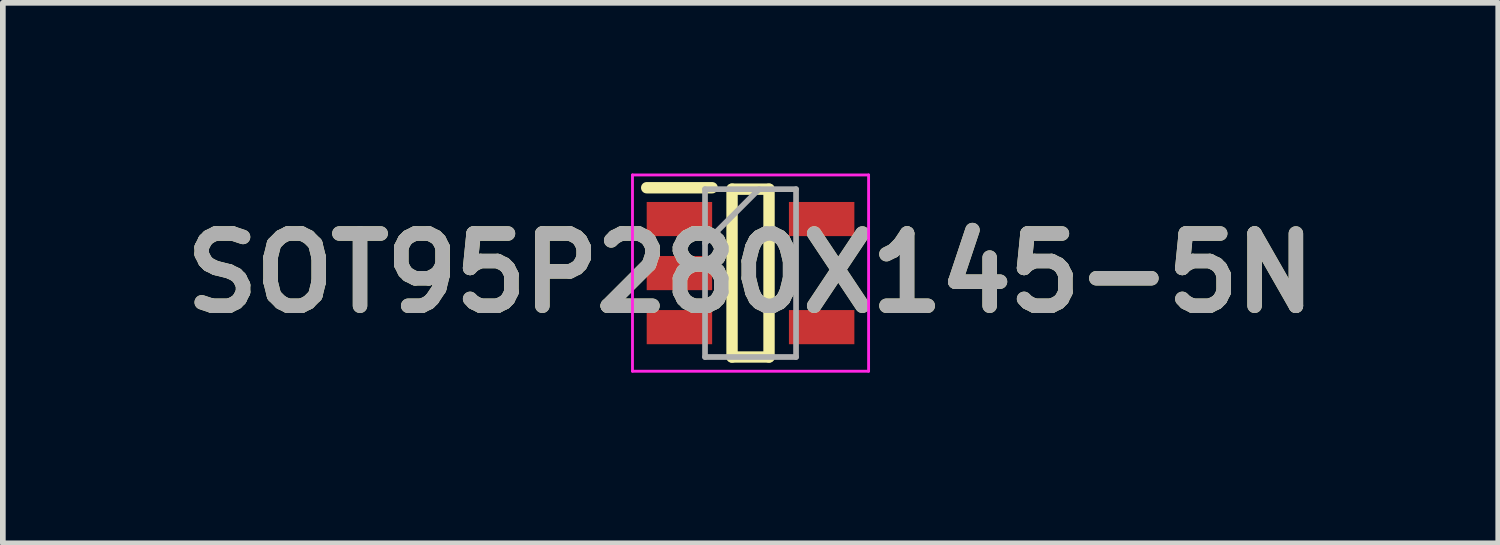
<source format=kicad_pcb>
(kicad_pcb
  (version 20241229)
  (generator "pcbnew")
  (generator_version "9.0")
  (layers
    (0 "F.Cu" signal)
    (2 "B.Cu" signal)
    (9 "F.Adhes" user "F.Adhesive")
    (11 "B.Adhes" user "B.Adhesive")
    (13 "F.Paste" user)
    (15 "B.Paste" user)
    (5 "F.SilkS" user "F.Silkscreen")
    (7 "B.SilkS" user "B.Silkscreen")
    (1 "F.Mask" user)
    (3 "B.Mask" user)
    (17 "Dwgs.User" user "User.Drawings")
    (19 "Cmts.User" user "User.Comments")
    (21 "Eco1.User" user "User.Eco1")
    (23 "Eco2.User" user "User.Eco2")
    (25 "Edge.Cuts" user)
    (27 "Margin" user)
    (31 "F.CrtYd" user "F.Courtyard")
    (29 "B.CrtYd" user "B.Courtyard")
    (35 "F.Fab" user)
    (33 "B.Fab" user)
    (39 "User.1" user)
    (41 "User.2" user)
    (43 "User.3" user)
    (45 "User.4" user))
  (footprint "SOT95P280X145-5N"
    (layer "F.Cu")
    (at 10.142 1.75)
    (property "Reference" "SOT95P280X145-5N" (at 0 0 0) (layer "F.SilkS") (effects (font (size 1.27 1.27) (thickness 0.254))))
    (attr smd)
    (fp_line (start -1.825 -1.5) (end -0.675 -1.5) (stroke (width 0.2) (type solid)) (layer "F.SilkS"))
    (fp_line (start -0.325 -1.475) (end 0.325 -1.475) (stroke (width 0.2) (type solid)) (layer "F.SilkS"))
    (fp_line (start -0.325 1.475) (end -0.325 -1.475) (stroke (width 0.2) (type solid)) (layer "F.SilkS"))
    (fp_line (start 0.325 -1.475) (end 0.325 1.475) (stroke (width 0.2) (type solid)) (layer "F.SilkS"))
    (fp_line (start 0.325 1.475) (end -0.325 1.475) (stroke (width 0.2) (type solid)) (layer "F.SilkS"))
    (fp_line (start -2.075 -1.725) (end 2.075 -1.725) (stroke (width 0.05) (type solid)) (layer "F.CrtYd"))
    (fp_line (start -2.075 1.725) (end -2.075 -1.725) (stroke (width 0.05) (type solid)) (layer "F.CrtYd"))
    (fp_line (start 2.075 -1.725) (end 2.075 1.725) (stroke (width 0.05) (type solid)) (layer "F.CrtYd"))
    (fp_line (start 2.075 1.725) (end -2.075 1.725) (stroke (width 0.05) (type solid)) (layer "F.CrtYd"))
    (fp_line (start -0.8 -1.475) (end 0.8 -1.475) (stroke (width 0.1) (type solid)) (layer "F.Fab"))
    (fp_line (start -0.8 -0.525) (end 0.15 -1.475) (stroke (width 0.1) (type solid)) (layer "F.Fab"))
    (fp_line (start -0.8 1.475) (end -0.8 -1.475) (stroke (width 0.1) (type solid)) (layer "F.Fab"))
    (fp_line (start 0.8 -1.475) (end 0.8 1.475) (stroke (width 0.1) (type solid)) (layer "F.Fab"))
    (fp_line (start 0.8 1.475) (end -0.8 1.475) (stroke (width 0.1) (type solid)) (layer "F.Fab"))
    (fp_text user "${REFERENCE}" (at 0 0 0) (layer "F.Fab") (effects (font (size 1.27 1.27) (thickness 0.254))))
    (pad "1" smd rect (at -1.25 -0.95 90) (size 0.6 1.15) (layers "F.Cu" "F.Mask" "F.Paste"))
    (pad "2" smd rect (at -1.25 0 90) (size 0.6 1.15) (layers "F.Cu" "F.Mask" "F.Paste"))
    (pad "3" smd rect (at -1.25 0.95 90) (size 0.6 1.15) (layers "F.Cu" "F.Mask" "F.Paste"))
    (pad "4" smd rect (at 1.25 0.95 90) (size 0.6 1.15) (layers "F.Cu" "F.Mask" "F.Paste"))
    (pad "5" smd rect (at 1.25 -0.95 90) (size 0.6 1.15) (layers "F.Cu" "F.Mask" "F.Paste")))
  (gr_rect
    (start -3 -3)
    (end 23.284 6.5)
    (stroke (width 0.1) (type default))
    (fill no)
    (layer "Edge.Cuts")))
</source>
